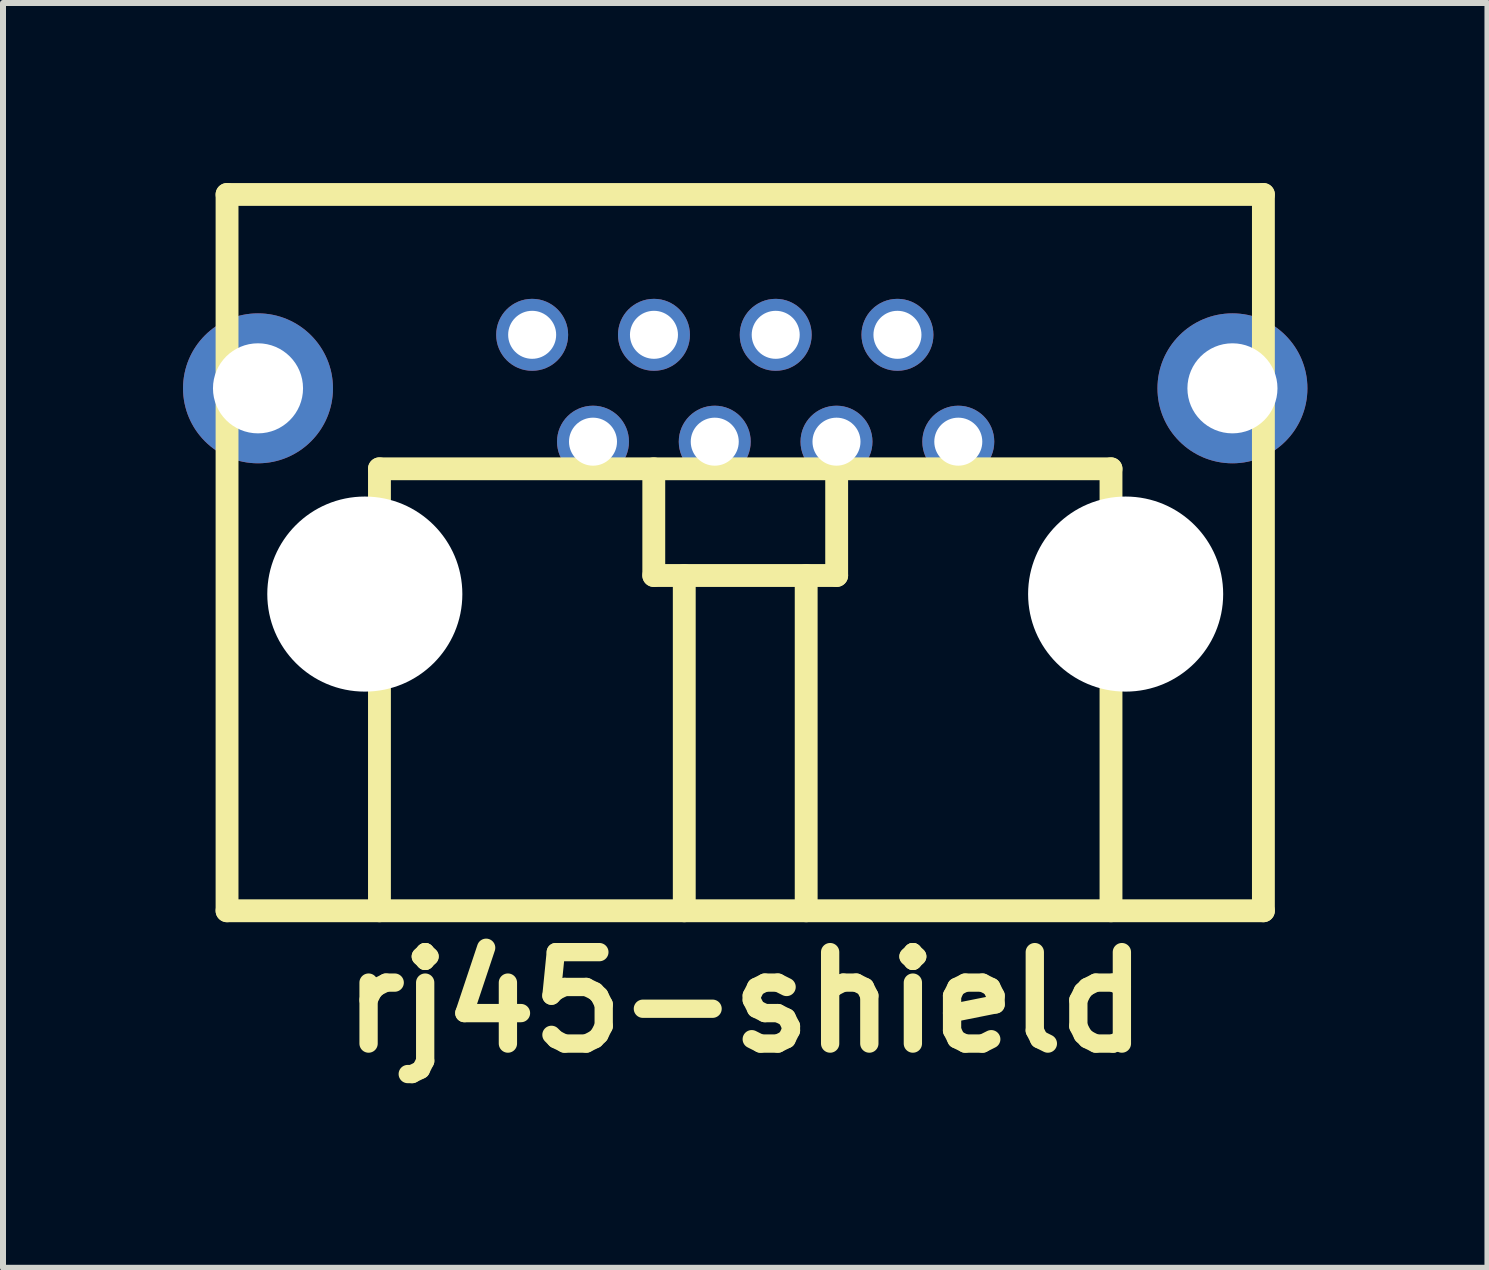
<source format=kicad_pcb>
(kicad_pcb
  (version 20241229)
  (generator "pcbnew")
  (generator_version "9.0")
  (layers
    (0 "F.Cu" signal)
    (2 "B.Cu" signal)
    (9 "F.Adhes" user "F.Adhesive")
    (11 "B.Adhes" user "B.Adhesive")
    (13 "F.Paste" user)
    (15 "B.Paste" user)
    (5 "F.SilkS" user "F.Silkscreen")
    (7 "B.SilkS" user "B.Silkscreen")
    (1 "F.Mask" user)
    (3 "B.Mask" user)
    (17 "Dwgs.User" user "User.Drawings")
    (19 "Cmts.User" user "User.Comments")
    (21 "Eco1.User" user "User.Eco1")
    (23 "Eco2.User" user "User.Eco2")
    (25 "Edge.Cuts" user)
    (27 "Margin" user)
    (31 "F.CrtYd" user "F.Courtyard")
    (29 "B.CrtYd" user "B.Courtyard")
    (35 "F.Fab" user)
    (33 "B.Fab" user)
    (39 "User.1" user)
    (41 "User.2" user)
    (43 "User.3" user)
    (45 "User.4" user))
  (footprint "rj45-shield"
    (layer "F.Cu")
    (at 9.37 6.795)
    (property "Reference" "rj45-shield" (at 0 6.858 0) (layer "F.SilkS") (effects (font (size 1.524 1.524) (thickness 0.305))))
    (attr through_hole)
    (fp_line (start -8.636 -6.604) (end -8.636 5.334) (stroke (width 0.381) (type solid)) (layer "F.SilkS"))
    (fp_line (start -8.636 -6.604) (end 8.636 -6.604) (stroke (width 0.381) (type solid)) (layer "F.SilkS"))
    (fp_line (start -6.096 -2.032) (end 6.096 -2.032) (stroke (width 0.381) (type solid)) (layer "F.SilkS"))
    (fp_line (start -6.096 5.334) (end -6.096 -2.032) (stroke (width 0.381) (type solid)) (layer "F.SilkS"))
    (fp_line (start -1.524 -0.254) (end -1.524 -2.032) (stroke (width 0.381) (type solid)) (layer "F.SilkS"))
    (fp_line (start -1.016 5.334) (end -1.016 -0.254) (stroke (width 0.381) (type solid)) (layer "F.SilkS"))
    (fp_line (start 1.016 -0.254) (end 1.016 5.334) (stroke (width 0.381) (type solid)) (layer "F.SilkS"))
    (fp_line (start 1.524 -2.032) (end 1.524 -0.254) (stroke (width 0.381) (type solid)) (layer "F.SilkS"))
    (fp_line (start 1.524 -0.254) (end -1.524 -0.254) (stroke (width 0.381) (type solid)) (layer "F.SilkS"))
    (fp_line (start 6.096 -2.032) (end 6.096 5.334) (stroke (width 0.381) (type solid)) (layer "F.SilkS"))
    (fp_line (start 8.636 5.334) (end -8.636 5.334) (stroke (width 0.381) (type solid)) (layer "F.SilkS"))
    (fp_line (start 8.636 5.334) (end 8.636 -6.604) (stroke (width 0.381) (type solid)) (layer "F.SilkS"))
    (pad "" thru_hole circle (at -8.12 -3.373) (size 2.499 2.499) (drill 1.501) (layers "*.Cu" "*.Mask"))
    (pad "" np_thru_hole circle (at -6.34 0.056) (size 3.251 3.251) (drill 3.251) (layers "*.Cu"))
    (pad "" np_thru_hole circle (at 6.34 0.056) (size 3.251 3.251) (drill 3.251) (layers "*.Cu"))
    (pad "" thru_hole circle (at 8.12 -3.373) (size 2.499 2.499) (drill 1.501) (layers "*.Cu" "*.Mask"))
    (pad "1" thru_hole circle (at 3.551 -2.484) (size 1.199 1.199) (drill 0.8) (layers "*.Cu" "*.Mask"))
    (pad "2" thru_hole circle (at 2.537 -4.265) (size 1.199 1.199) (drill 0.8) (layers "*.Cu" "*.Mask"))
    (pad "3" thru_hole circle (at 1.521 -2.484) (size 1.199 1.199) (drill 0.8) (layers "*.Cu" "*.Mask"))
    (pad "4" thru_hole circle (at 0.508 -4.265) (size 1.199 1.199) (drill 0.8) (layers "*.Cu" "*.Mask"))
    (pad "5" thru_hole circle (at -0.508 -2.484) (size 1.199 1.199) (drill 0.8) (layers "*.Cu" "*.Mask"))
    (pad "6" thru_hole circle (at -1.521 -4.265) (size 1.199 1.199) (drill 0.8) (layers "*.Cu" "*.Mask"))
    (pad "7" thru_hole circle (at -2.537 -2.484) (size 1.199 1.199) (drill 0.8) (layers "*.Cu" "*.Mask"))
    (pad "8" thru_hole circle (at -3.551 -4.265) (size 1.199 1.199) (drill 0.8) (layers "*.Cu" "*.Mask")))
  (gr_rect
    (start -3 -3)
    (end 21.74 18.079)
    (stroke (width 0.1) (type default))
    (fill no)
    (layer "Edge.Cuts")))
</source>
